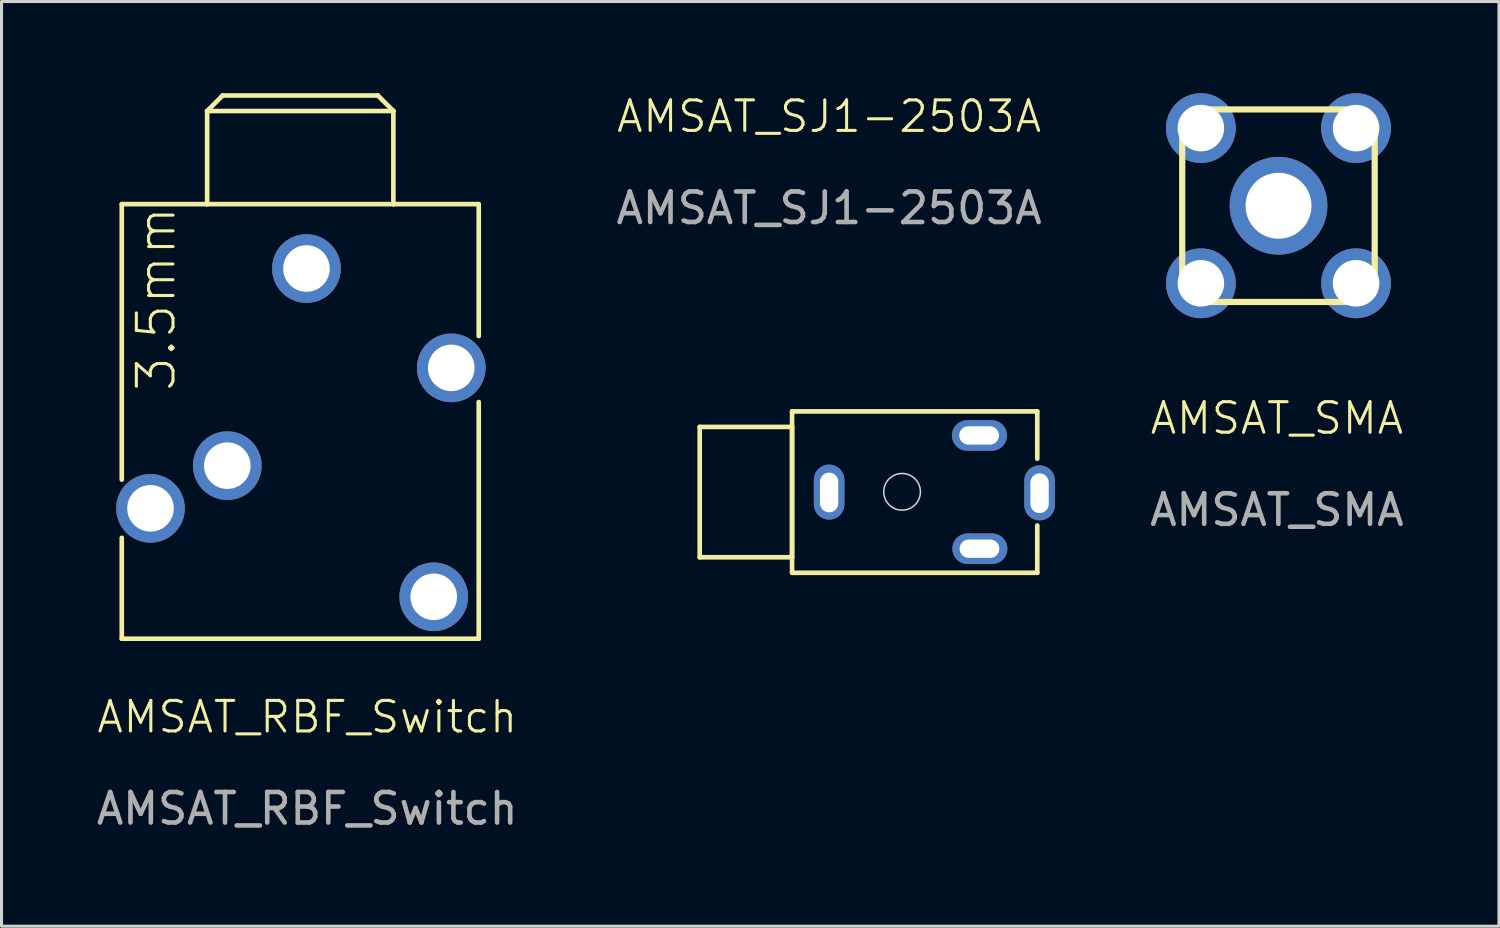
<source format=kicad_pcb>
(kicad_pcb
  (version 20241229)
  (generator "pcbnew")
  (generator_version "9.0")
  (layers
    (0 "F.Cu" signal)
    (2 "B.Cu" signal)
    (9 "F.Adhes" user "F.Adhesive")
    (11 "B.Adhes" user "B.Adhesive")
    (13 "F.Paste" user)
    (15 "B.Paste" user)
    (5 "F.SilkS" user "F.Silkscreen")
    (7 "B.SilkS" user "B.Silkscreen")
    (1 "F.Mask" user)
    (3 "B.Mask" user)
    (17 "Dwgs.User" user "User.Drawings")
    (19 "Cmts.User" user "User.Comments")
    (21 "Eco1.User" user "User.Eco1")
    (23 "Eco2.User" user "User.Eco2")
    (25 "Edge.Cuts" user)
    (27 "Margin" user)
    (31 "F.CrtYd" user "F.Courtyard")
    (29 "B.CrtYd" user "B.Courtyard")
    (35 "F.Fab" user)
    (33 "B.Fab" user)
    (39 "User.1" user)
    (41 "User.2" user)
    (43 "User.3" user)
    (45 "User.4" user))
  (footprint "AMSAT_RBF_Switch"
    (layer "F.Cu")
    (at 6.981 5.74)
    (property "Reference" "AMSAT_RBF_Switch" (at 0.025 14.678 0) (unlocked yes) (layer "F.SilkS") (effects (font (size 1 1) (thickness 0.1))))
    (attr through_hole)
    (fp_line (start -6.045 -2.108) (end -3.251 -2.108) (stroke (width 0.152) (type solid)) (layer "F.SilkS"))
    (fp_line (start -6.045 6.909) (end -6.045 -2.108) (stroke (width 0.152) (type solid)) (layer "F.SilkS"))
    (fp_line (start -6.045 12.116) (end -6.045 8.814) (stroke (width 0.152) (type solid)) (layer "F.SilkS"))
    (fp_line (start -3.251 -5.156) (end -2.743 -5.664) (stroke (width 0.152) (type solid)) (layer "F.SilkS"))
    (fp_line (start -3.251 -2.108) (end -3.251 -5.156) (stroke (width 0.152) (type solid)) (layer "F.SilkS"))
    (fp_line (start -3.251 -2.108) (end 2.845 -2.108) (stroke (width 0.152) (type solid)) (layer "F.SilkS"))
    (fp_line (start -2.743 -5.664) (end 2.337 -5.664) (stroke (width 0.152) (type solid)) (layer "F.SilkS"))
    (fp_line (start 2.337 -5.664) (end 2.845 -5.156) (stroke (width 0.152) (type solid)) (layer "F.SilkS"))
    (fp_line (start 2.845 -5.156) (end -3.251 -5.156) (stroke (width 0.152) (type solid)) (layer "F.SilkS"))
    (fp_line (start 2.845 -2.108) (end 2.845 -5.156) (stroke (width 0.152) (type solid)) (layer "F.SilkS"))
    (fp_line (start 2.845 -2.108) (end 5.639 -2.108) (stroke (width 0.152) (type solid)) (layer "F.SilkS"))
    (fp_line (start 5.639 -2.108) (end 5.639 2.21) (stroke (width 0.152) (type solid)) (layer "F.SilkS"))
    (fp_line (start 5.639 4.369) (end 5.639 12.116) (stroke (width 0.152) (type solid)) (layer "F.SilkS"))
    (fp_line (start 5.639 12.116) (end -6.045 12.116) (stroke (width 0.152) (type solid)) (layer "F.SilkS"))
    (fp_text user "3.5mm" (at -4.216 4.089 90) (unlocked yes) (layer "F.SilkS") (effects (font (size 1.2 1.2) (thickness 0.1)) (justify left bottom)))
    (fp_text user "${REFERENCE}" (at 0.025 17.678 0) (unlocked yes) (layer "F.Fab") (effects (font (size 1 1) (thickness 0.15))))
    (pad "1" thru_hole circle (at 0 0) (size 2.248 2.248) (drill 1.524) (layers "*.Cu" "*.Mask"))
    (pad "2" thru_hole circle (at -5.105 7.849) (size 2.248 2.248) (drill 1.524) (layers "*.Cu" "*.Mask"))
    (pad "3" thru_hole circle (at -2.591 6.452) (size 2.248 2.248) (drill 1.524) (layers "*.Cu" "*.Mask"))
    (pad "4" thru_hole circle (at 4.74 3.251) (size 2.248 2.248) (drill 1.524) (layers "*.Cu" "*.Mask"))
    (pad "5" thru_hole circle (at 4.166 10.744) (size 2.248 2.248) (drill 1.524) (layers "*.Cu" "*.Mask")))
  (footprint "AMSAT_SJ1-2503A"
    (layer "F.Cu")
    (at 24.089 13.108)
    (property "Reference" "AMSAT_SJ1-2503A" (at 0 -12.347 0) (unlocked yes) (layer "F.SilkS") (effects (font (size 1 1) (thickness 0.1))))
    (attr through_hole)
    (fp_line (start -4.236 -2.184) (end -1.213 -2.184) (stroke (width 0.152) (type solid)) (layer "F.SilkS"))
    (fp_line (start -4.236 2.083) (end -4.236 -2.184) (stroke (width 0.152) (type solid)) (layer "F.SilkS"))
    (fp_line (start -1.213 -2.692) (end -1.213 2.591) (stroke (width 0.152) (type solid)) (layer "F.SilkS"))
    (fp_line (start -1.213 -2.184) (end -1.213 2.083) (stroke (width 0.152) (type solid)) (layer "F.SilkS"))
    (fp_line (start -1.213 2.083) (end -4.236 2.083) (stroke (width 0.152) (type solid)) (layer "F.SilkS"))
    (fp_line (start -1.213 2.591) (end 6.813 2.591) (stroke (width 0.152) (type solid)) (layer "F.SilkS"))
    (fp_line (start 6.813 -2.692) (end -1.213 -2.692) (stroke (width 0.152) (type solid)) (layer "F.SilkS"))
    (fp_line (start 6.813 -2.692) (end 6.813 -1.143) (stroke (width 0.152) (type solid)) (layer "F.SilkS"))
    (fp_line (start 6.813 2.591) (end 6.813 1.041) (stroke (width 0.152) (type solid)) (layer "F.SilkS"))
    (fp_circle (center 2.388 -0.06) (end 2.988 -0.06) (stroke (width 0.05) (type default)) (fill no) (layer "Edge.Cuts"))
    (fp_text user "${REFERENCE}" (at 0 -9.347 0) (unlocked yes) (layer "F.Fab") (effects (font (size 1 1) (thickness 0.15))))
    (pad "1" thru_hole oval (at 0 -0.038 180) (size 1 1.8) (drill oval 0.6 1.3 (offset 0 0.013)) (layers "*.Cu" "*.Mask"))
    (pad "2" thru_hole oval (at 4.921 1.803 90) (size 1 1.8) (drill oval 0.6 1.3 (offset 0 0.013)) (layers "*.Cu" "*.Mask"))
    (pad "3" thru_hole oval (at 4.908 -1.905 90) (size 1 1.8) (drill oval 0.6 1.3 (offset 0 0.013)) (layers "*.Cu" "*.Mask"))
    (pad "4" thru_hole oval (at 6.889 -0.013 180) (size 1 1.8) (drill oval 0.6 1.3 (offset 0 0.013)) (layers "*.Cu" "*.Mask")))
  (footprint "AMSAT_SMA"
    (layer "F.Cu")
    (at 38.797 3.683)
    (property "Reference" "AMSAT_SMA" (at -0.051 6.957 0) (unlocked yes) (layer "F.SilkS") (effects (font (size 1 1) (thickness 0.1))))
    (attr through_hole)
    (fp_line (start -3.15 -2.52) (end -3.15 2.52) (stroke (width 0.203) (type solid)) (layer "F.SilkS"))
    (fp_line (start -2.52 3.15) (end 2.52 3.15) (stroke (width 0.203) (type solid)) (layer "F.SilkS"))
    (fp_line (start 2.52 -3.15) (end -2.52 -3.15) (stroke (width 0.203) (type solid)) (layer "F.SilkS"))
    (fp_line (start 3.15 2.52) (end 3.15 -2.52) (stroke (width 0.203) (type solid)) (layer "F.SilkS"))
    (fp_line (start -3.15 2.52) (end -3.149 2.545) (stroke (width 0.203) (type solid)) (layer "B.SilkS"))
    (fp_line (start -3.149 -2.545) (end -3.15 -2.52) (stroke (width 0.203) (type solid)) (layer "B.SilkS"))
    (fp_line (start -3.149 2.545) (end -3.148 2.57) (stroke (width 0.203) (type solid)) (layer "B.SilkS"))
    (fp_line (start -3.148 -2.569) (end -3.149 -2.545) (stroke (width 0.203) (type solid)) (layer "B.SilkS"))
    (fp_line (start -3.148 2.57) (end -3.146 2.594) (stroke (width 0.203) (type solid)) (layer "B.SilkS"))
    (fp_line (start -3.146 -2.594) (end -3.148 -2.569) (stroke (width 0.203) (type solid)) (layer "B.SilkS"))
    (fp_line (start -3.146 2.594) (end -3.142 2.619) (stroke (width 0.203) (type solid)) (layer "B.SilkS"))
    (fp_line (start -3.142 -2.618) (end -3.146 -2.594) (stroke (width 0.203) (type solid)) (layer "B.SilkS"))
    (fp_line (start -3.142 2.619) (end -3.138 2.643) (stroke (width 0.203) (type solid)) (layer "B.SilkS"))
    (fp_line (start -3.138 -2.643) (end -3.142 -2.618) (stroke (width 0.203) (type solid)) (layer "B.SilkS"))
    (fp_line (start -3.138 2.643) (end -3.132 2.667) (stroke (width 0.203) (type solid)) (layer "B.SilkS"))
    (fp_line (start -3.132 -2.667) (end -3.138 -2.643) (stroke (width 0.203) (type solid)) (layer "B.SilkS"))
    (fp_line (start -3.132 2.667) (end -3.126 2.691) (stroke (width 0.203) (type solid)) (layer "B.SilkS"))
    (fp_line (start -3.126 -2.691) (end -3.132 -2.667) (stroke (width 0.203) (type solid)) (layer "B.SilkS"))
    (fp_line (start -3.126 2.691) (end -3.119 2.715) (stroke (width 0.203) (type solid)) (layer "B.SilkS"))
    (fp_line (start -3.119 -2.715) (end -3.126 -2.691) (stroke (width 0.203) (type solid)) (layer "B.SilkS"))
    (fp_line (start -3.119 2.715) (end -3.111 2.738) (stroke (width 0.203) (type solid)) (layer "B.SilkS"))
    (fp_line (start -3.111 -2.738) (end -3.119 -2.715) (stroke (width 0.203) (type solid)) (layer "B.SilkS"))
    (fp_line (start -3.111 2.738) (end -3.102 2.761) (stroke (width 0.203) (type solid)) (layer "B.SilkS"))
    (fp_line (start -3.102 -2.761) (end -3.111 -2.738) (stroke (width 0.203) (type solid)) (layer "B.SilkS"))
    (fp_line (start -3.102 2.761) (end -3.092 2.784) (stroke (width 0.203) (type solid)) (layer "B.SilkS"))
    (fp_line (start -3.092 -2.784) (end -3.102 -2.761) (stroke (width 0.203) (type solid)) (layer "B.SilkS"))
    (fp_line (start -3.092 2.784) (end -3.081 2.806) (stroke (width 0.203) (type solid)) (layer "B.SilkS"))
    (fp_line (start -3.081 -2.806) (end -3.092 -2.784) (stroke (width 0.203) (type solid)) (layer "B.SilkS"))
    (fp_line (start -3.081 2.806) (end -3.07 2.828) (stroke (width 0.203) (type solid)) (layer "B.SilkS"))
    (fp_line (start -3.07 -2.828) (end -3.081 -2.806) (stroke (width 0.203) (type solid)) (layer "B.SilkS"))
    (fp_line (start -3.07 2.828) (end -3.057 2.849) (stroke (width 0.203) (type solid)) (layer "B.SilkS"))
    (fp_line (start -3.057 -2.849) (end -3.07 -2.828) (stroke (width 0.203) (type solid)) (layer "B.SilkS"))
    (fp_line (start -3.057 2.849) (end -3.044 2.87) (stroke (width 0.203) (type solid)) (layer "B.SilkS"))
    (fp_line (start -3.044 -2.87) (end -3.057 -2.849) (stroke (width 0.203) (type solid)) (layer "B.SilkS"))
    (fp_line (start -3.044 2.87) (end -3.029 2.891) (stroke (width 0.203) (type solid)) (layer "B.SilkS"))
    (fp_line (start -3.029 -2.89) (end -3.044 -2.87) (stroke (width 0.203) (type solid)) (layer "B.SilkS"))
    (fp_line (start -3.029 2.891) (end -3.015 2.91) (stroke (width 0.203) (type solid)) (layer "B.SilkS"))
    (fp_line (start -3.015 -2.91) (end -3.029 -2.89) (stroke (width 0.203) (type solid)) (layer "B.SilkS"))
    (fp_line (start -3.015 2.91) (end -2.999 2.929) (stroke (width 0.203) (type solid)) (layer "B.SilkS"))
    (fp_line (start -2.999 -2.929) (end -3.015 -2.91) (stroke (width 0.203) (type solid)) (layer "B.SilkS"))
    (fp_line (start -2.999 2.929) (end -2.982 2.948) (stroke (width 0.203) (type solid)) (layer "B.SilkS"))
    (fp_line (start -2.982 -2.947) (end -2.999 -2.929) (stroke (width 0.203) (type solid)) (layer "B.SilkS"))
    (fp_line (start -2.982 2.948) (end -2.965 2.966) (stroke (width 0.203) (type solid)) (layer "B.SilkS"))
    (fp_line (start -2.965 -2.965) (end -2.982 -2.947) (stroke (width 0.203) (type solid)) (layer "B.SilkS"))
    (fp_line (start -2.965 2.966) (end -2.947 2.983) (stroke (width 0.203) (type solid)) (layer "B.SilkS"))
    (fp_line (start -2.947 -2.982) (end -2.965 -2.965) (stroke (width 0.203) (type solid)) (layer "B.SilkS"))
    (fp_line (start -2.947 2.983) (end -2.929 2.999) (stroke (width 0.203) (type solid)) (layer "B.SilkS"))
    (fp_line (start -2.929 -2.999) (end -2.947 -2.982) (stroke (width 0.203) (type solid)) (layer "B.SilkS"))
    (fp_line (start -2.929 2.999) (end -2.91 3.015) (stroke (width 0.203) (type solid)) (layer "B.SilkS"))
    (fp_line (start -2.91 -3.015) (end -2.929 -2.999) (stroke (width 0.203) (type solid)) (layer "B.SilkS"))
    (fp_line (start -2.91 3.015) (end -2.89 3.03) (stroke (width 0.203) (type solid)) (layer "B.SilkS"))
    (fp_line (start -2.89 -3.029) (end -2.91 -3.015) (stroke (width 0.203) (type solid)) (layer "B.SilkS"))
    (fp_line (start -2.89 3.03) (end -2.87 3.044) (stroke (width 0.203) (type solid)) (layer "B.SilkS"))
    (fp_line (start -2.87 -3.044) (end -2.89 -3.029) (stroke (width 0.203) (type solid)) (layer "B.SilkS"))
    (fp_line (start -2.87 3.044) (end -2.849 3.057) (stroke (width 0.203) (type solid)) (layer "B.SilkS"))
    (fp_line (start -2.849 -3.057) (end -2.87 -3.044) (stroke (width 0.203) (type solid)) (layer "B.SilkS"))
    (fp_line (start -2.849 3.057) (end -2.828 3.07) (stroke (width 0.203) (type solid)) (layer "B.SilkS"))
    (fp_line (start -2.828 -3.07) (end -2.849 -3.057) (stroke (width 0.203) (type solid)) (layer "B.SilkS"))
    (fp_line (start -2.828 3.07) (end -2.806 3.082) (stroke (width 0.203) (type solid)) (layer "B.SilkS"))
    (fp_line (start -2.806 -3.081) (end -2.828 -3.07) (stroke (width 0.203) (type solid)) (layer "B.SilkS"))
    (fp_line (start -2.806 3.082) (end -2.784 3.092) (stroke (width 0.203) (type solid)) (layer "B.SilkS"))
    (fp_line (start -2.784 -3.092) (end -2.806 -3.081) (stroke (width 0.203) (type solid)) (layer "B.SilkS"))
    (fp_line (start -2.784 3.092) (end -2.761 3.102) (stroke (width 0.203) (type solid)) (layer "B.SilkS"))
    (fp_line (start -2.761 -3.102) (end -2.784 -3.092) (stroke (width 0.203) (type solid)) (layer "B.SilkS"))
    (fp_line (start -2.761 3.102) (end -2.738 3.111) (stroke (width 0.203) (type solid)) (layer "B.SilkS"))
    (fp_line (start -2.738 -3.111) (end -2.761 -3.102) (stroke (width 0.203) (type solid)) (layer "B.SilkS"))
    (fp_line (start -2.738 3.111) (end -2.715 3.119) (stroke (width 0.203) (type solid)) (layer "B.SilkS"))
    (fp_line (start -2.715 -3.119) (end -2.738 -3.111) (stroke (width 0.203) (type solid)) (layer "B.SilkS"))
    (fp_line (start -2.715 3.119) (end -2.691 3.126) (stroke (width 0.203) (type solid)) (layer "B.SilkS"))
    (fp_line (start -2.691 -3.126) (end -2.715 -3.119) (stroke (width 0.203) (type solid)) (layer "B.SilkS"))
    (fp_line (start -2.691 3.126) (end -2.667 3.133) (stroke (width 0.203) (type solid)) (layer "B.SilkS"))
    (fp_line (start -2.667 -3.132) (end -2.691 -3.126) (stroke (width 0.203) (type solid)) (layer "B.SilkS"))
    (fp_line (start -2.667 3.133) (end -2.643 3.138) (stroke (width 0.203) (type solid)) (layer "B.SilkS"))
    (fp_line (start -2.643 -3.138) (end -2.667 -3.132) (stroke (width 0.203) (type solid)) (layer "B.SilkS"))
    (fp_line (start -2.643 3.138) (end -2.618 3.142) (stroke (width 0.203) (type solid)) (layer "B.SilkS"))
    (fp_line (start -2.618 -3.142) (end -2.643 -3.138) (stroke (width 0.203) (type solid)) (layer "B.SilkS"))
    (fp_line (start -2.618 3.142) (end -2.594 3.146) (stroke (width 0.203) (type solid)) (layer "B.SilkS"))
    (fp_line (start -2.594 -3.146) (end -2.618 -3.142) (stroke (width 0.203) (type solid)) (layer "B.SilkS"))
    (fp_line (start -2.594 3.146) (end -2.569 3.148) (stroke (width 0.203) (type solid)) (layer "B.SilkS"))
    (fp_line (start -2.569 -3.148) (end -2.594 -3.146) (stroke (width 0.203) (type solid)) (layer "B.SilkS"))
    (fp_line (start -2.569 3.148) (end -2.545 3.15) (stroke (width 0.203) (type solid)) (layer "B.SilkS"))
    (fp_line (start -2.545 -3.149) (end -2.569 -3.148) (stroke (width 0.203) (type solid)) (layer "B.SilkS"))
    (fp_line (start -2.545 3.15) (end -2.52 3.15) (stroke (width 0.203) (type solid)) (layer "B.SilkS"))
    (fp_line (start -2.52 -3.15) (end -2.545 -3.149) (stroke (width 0.203) (type solid)) (layer "B.SilkS"))
    (fp_line (start 2.52 3.15) (end 2.545 3.15) (stroke (width 0.203) (type solid)) (layer "B.SilkS"))
    (fp_line (start 2.545 -3.149) (end 2.52 -3.15) (stroke (width 0.203) (type solid)) (layer "B.SilkS"))
    (fp_line (start 2.545 3.15) (end 2.569 3.148) (stroke (width 0.203) (type solid)) (layer "B.SilkS"))
    (fp_line (start 2.569 -3.148) (end 2.545 -3.149) (stroke (width 0.203) (type solid)) (layer "B.SilkS"))
    (fp_line (start 2.569 3.148) (end 2.594 3.146) (stroke (width 0.203) (type solid)) (layer "B.SilkS"))
    (fp_line (start 2.594 -3.146) (end 2.569 -3.148) (stroke (width 0.203) (type solid)) (layer "B.SilkS"))
    (fp_line (start 2.594 3.146) (end 2.618 3.142) (stroke (width 0.203) (type solid)) (layer "B.SilkS"))
    (fp_line (start 2.618 -3.142) (end 2.594 -3.146) (stroke (width 0.203) (type solid)) (layer "B.SilkS"))
    (fp_line (start 2.618 3.142) (end 2.643 3.138) (stroke (width 0.203) (type solid)) (layer "B.SilkS"))
    (fp_line (start 2.643 -3.138) (end 2.618 -3.142) (stroke (width 0.203) (type solid)) (layer "B.SilkS"))
    (fp_line (start 2.643 3.138) (end 2.667 3.133) (stroke (width 0.203) (type solid)) (layer "B.SilkS"))
    (fp_line (start 2.667 -3.132) (end 2.643 -3.138) (stroke (width 0.203) (type solid)) (layer "B.SilkS"))
    (fp_line (start 2.667 3.133) (end 2.691 3.126) (stroke (width 0.203) (type solid)) (layer "B.SilkS"))
    (fp_line (start 2.691 -3.126) (end 2.667 -3.132) (stroke (width 0.203) (type solid)) (layer "B.SilkS"))
    (fp_line (start 2.691 3.126) (end 2.715 3.119) (stroke (width 0.203) (type solid)) (layer "B.SilkS"))
    (fp_line (start 2.715 -3.119) (end 2.691 -3.126) (stroke (width 0.203) (type solid)) (layer "B.SilkS"))
    (fp_line (start 2.715 3.119) (end 2.738 3.111) (stroke (width 0.203) (type solid)) (layer "B.SilkS"))
    (fp_line (start 2.738 -3.111) (end 2.715 -3.119) (stroke (width 0.203) (type solid)) (layer "B.SilkS"))
    (fp_line (start 2.738 3.111) (end 2.761 3.102) (stroke (width 0.203) (type solid)) (layer "B.SilkS"))
    (fp_line (start 2.761 -3.102) (end 2.738 -3.111) (stroke (width 0.203) (type solid)) (layer "B.SilkS"))
    (fp_line (start 2.761 3.102) (end 2.784 3.092) (stroke (width 0.203) (type solid)) (layer "B.SilkS"))
    (fp_line (start 2.784 -3.092) (end 2.761 -3.102) (stroke (width 0.203) (type solid)) (layer "B.SilkS"))
    (fp_line (start 2.784 3.092) (end 2.806 3.082) (stroke (width 0.203) (type solid)) (layer "B.SilkS"))
    (fp_line (start 2.806 -3.081) (end 2.784 -3.092) (stroke (width 0.203) (type solid)) (layer "B.SilkS"))
    (fp_line (start 2.806 3.082) (end 2.828 3.07) (stroke (width 0.203) (type solid)) (layer "B.SilkS"))
    (fp_line (start 2.828 -3.07) (end 2.806 -3.081) (stroke (width 0.203) (type solid)) (layer "B.SilkS"))
    (fp_line (start 2.828 3.07) (end 2.849 3.057) (stroke (width 0.203) (type solid)) (layer "B.SilkS"))
    (fp_line (start 2.849 -3.057) (end 2.828 -3.07) (stroke (width 0.203) (type solid)) (layer "B.SilkS"))
    (fp_line (start 2.849 3.057) (end 2.87 3.044) (stroke (width 0.203) (type solid)) (layer "B.SilkS"))
    (fp_line (start 2.87 -3.044) (end 2.849 -3.057) (stroke (width 0.203) (type solid)) (layer "B.SilkS"))
    (fp_line (start 2.87 3.044) (end 2.89 3.03) (stroke (width 0.203) (type solid)) (layer "B.SilkS"))
    (fp_line (start 2.89 -3.029) (end 2.87 -3.044) (stroke (width 0.203) (type solid)) (layer "B.SilkS"))
    (fp_line (start 2.89 3.03) (end 2.91 3.015) (stroke (width 0.203) (type solid)) (layer "B.SilkS"))
    (fp_line (start 2.91 -3.015) (end 2.89 -3.029) (stroke (width 0.203) (type solid)) (layer "B.SilkS"))
    (fp_line (start 2.91 3.015) (end 2.929 2.999) (stroke (width 0.203) (type solid)) (layer "B.SilkS"))
    (fp_line (start 2.929 -2.999) (end 2.91 -3.015) (stroke (width 0.203) (type solid)) (layer "B.SilkS"))
    (fp_line (start 2.929 2.999) (end 2.947 2.983) (stroke (width 0.203) (type solid)) (layer "B.SilkS"))
    (fp_line (start 2.947 -2.982) (end 2.929 -2.999) (stroke (width 0.203) (type solid)) (layer "B.SilkS"))
    (fp_line (start 2.947 2.983) (end 2.965 2.966) (stroke (width 0.203) (type solid)) (layer "B.SilkS"))
    (fp_line (start 2.965 -2.965) (end 2.947 -2.982) (stroke (width 0.203) (type solid)) (layer "B.SilkS"))
    (fp_line (start 2.965 2.966) (end 2.982 2.948) (stroke (width 0.203) (type solid)) (layer "B.SilkS"))
    (fp_line (start 2.982 -2.947) (end 2.965 -2.965) (stroke (width 0.203) (type solid)) (layer "B.SilkS"))
    (fp_line (start 2.982 2.948) (end 2.999 2.929) (stroke (width 0.203) (type solid)) (layer "B.SilkS"))
    (fp_line (start 2.999 -2.929) (end 2.982 -2.947) (stroke (width 0.203) (type solid)) (layer "B.SilkS"))
    (fp_line (start 2.999 2.929) (end 3.015 2.91) (stroke (width 0.203) (type solid)) (layer "B.SilkS"))
    (fp_line (start 3.015 -2.91) (end 2.999 -2.929) (stroke (width 0.203) (type solid)) (layer "B.SilkS"))
    (fp_line (start 3.015 2.91) (end 3.029 2.891) (stroke (width 0.203) (type solid)) (layer "B.SilkS"))
    (fp_line (start 3.029 -2.89) (end 3.015 -2.91) (stroke (width 0.203) (type solid)) (layer "B.SilkS"))
    (fp_line (start 3.029 2.891) (end 3.044 2.87) (stroke (width 0.203) (type solid)) (layer "B.SilkS"))
    (fp_line (start 3.044 -2.87) (end 3.029 -2.89) (stroke (width 0.203) (type solid)) (layer "B.SilkS"))
    (fp_line (start 3.044 2.87) (end 3.057 2.849) (stroke (width 0.203) (type solid)) (layer "B.SilkS"))
    (fp_line (start 3.057 -2.849) (end 3.044 -2.87) (stroke (width 0.203) (type solid)) (layer "B.SilkS"))
    (fp_line (start 3.057 2.849) (end 3.07 2.828) (stroke (width 0.203) (type solid)) (layer "B.SilkS"))
    (fp_line (start 3.07 -2.828) (end 3.057 -2.849) (stroke (width 0.203) (type solid)) (layer "B.SilkS"))
    (fp_line (start 3.07 2.828) (end 3.081 2.806) (stroke (width 0.203) (type solid)) (layer "B.SilkS"))
    (fp_line (start 3.081 -2.806) (end 3.07 -2.828) (stroke (width 0.203) (type solid)) (layer "B.SilkS"))
    (fp_line (start 3.081 2.806) (end 3.092 2.784) (stroke (width 0.203) (type solid)) (layer "B.SilkS"))
    (fp_line (start 3.092 -2.784) (end 3.081 -2.806) (stroke (width 0.203) (type solid)) (layer "B.SilkS"))
    (fp_line (start 3.092 2.784) (end 3.102 2.761) (stroke (width 0.203) (type solid)) (layer "B.SilkS"))
    (fp_line (start 3.102 -2.761) (end 3.092 -2.784) (stroke (width 0.203) (type solid)) (layer "B.SilkS"))
    (fp_line (start 3.102 2.761) (end 3.111 2.738) (stroke (width 0.203) (type solid)) (layer "B.SilkS"))
    (fp_line (start 3.111 -2.738) (end 3.102 -2.761) (stroke (width 0.203) (type solid)) (layer "B.SilkS"))
    (fp_line (start 3.111 2.738) (end 3.119 2.715) (stroke (width 0.203) (type solid)) (layer "B.SilkS"))
    (fp_line (start 3.119 -2.715) (end 3.111 -2.738) (stroke (width 0.203) (type solid)) (layer "B.SilkS"))
    (fp_line (start 3.119 2.715) (end 3.126 2.691) (stroke (width 0.203) (type solid)) (layer "B.SilkS"))
    (fp_line (start 3.126 -2.691) (end 3.119 -2.715) (stroke (width 0.203) (type solid)) (layer "B.SilkS"))
    (fp_line (start 3.126 2.691) (end 3.132 2.667) (stroke (width 0.203) (type solid)) (layer "B.SilkS"))
    (fp_line (start 3.132 -2.667) (end 3.126 -2.691) (stroke (width 0.203) (type solid)) (layer "B.SilkS"))
    (fp_line (start 3.132 2.667) (end 3.138 2.643) (stroke (width 0.203) (type solid)) (layer "B.SilkS"))
    (fp_line (start 3.138 -2.643) (end 3.132 -2.667) (stroke (width 0.203) (type solid)) (layer "B.SilkS"))
    (fp_line (start 3.138 2.643) (end 3.142 2.619) (stroke (width 0.203) (type solid)) (layer "B.SilkS"))
    (fp_line (start 3.142 -2.618) (end 3.138 -2.643) (stroke (width 0.203) (type solid)) (layer "B.SilkS"))
    (fp_line (start 3.142 2.619) (end 3.146 2.594) (stroke (width 0.203) (type solid)) (layer "B.SilkS"))
    (fp_line (start 3.146 -2.594) (end 3.142 -2.618) (stroke (width 0.203) (type solid)) (layer "B.SilkS"))
    (fp_line (start 3.146 2.594) (end 3.148 2.57) (stroke (width 0.203) (type solid)) (layer "B.SilkS"))
    (fp_line (start 3.148 -2.569) (end 3.146 -2.594) (stroke (width 0.203) (type solid)) (layer "B.SilkS"))
    (fp_line (start 3.148 2.57) (end 3.149 2.545) (stroke (width 0.203) (type solid)) (layer "B.SilkS"))
    (fp_line (start 3.149 -2.545) (end 3.148 -2.569) (stroke (width 0.203) (type solid)) (layer "B.SilkS"))
    (fp_line (start 3.149 2.545) (end 3.15 2.52) (stroke (width 0.203) (type solid)) (layer "B.SilkS"))
    (fp_line (start 3.15 -2.52) (end 3.149 -2.545) (stroke (width 0.203) (type solid)) (layer "B.SilkS"))
    (fp_text user "${REFERENCE}" (at -0.051 9.957 0) (unlocked yes) (layer "F.Fab") (effects (font (size 1 1) (thickness 0.15))))
    (pad "1" thru_hole circle (at 0.002 0.002) (size 3.2 3.2) (drill 2.159) (layers "*.Cu" "*.Mask"))
    (pad "2" thru_hole circle (at -2.54 -2.54) (size 2.286 2.286) (drill 1.524) (layers "*.Cu" "*.Mask"))
    (pad "3" thru_hole circle (at -2.54 2.54) (size 2.286 2.286) (drill 1.524) (layers "*.Cu" "*.Mask"))
    (pad "4" thru_hole circle (at 2.54 2.54) (size 2.286 2.286) (drill 1.524) (layers "*.Cu" "*.Mask"))
    (pad "5" thru_hole circle (at 2.54 -2.54) (size 2.286 2.286) (drill 1.524) (layers "*.Cu" "*.Mask")))
  (gr_rect
    (start -3 -3)
    (end 46.014 27.267)
    (stroke (width 0.1) (type default))
    (fill no)
    (layer "Edge.Cuts")))
</source>
